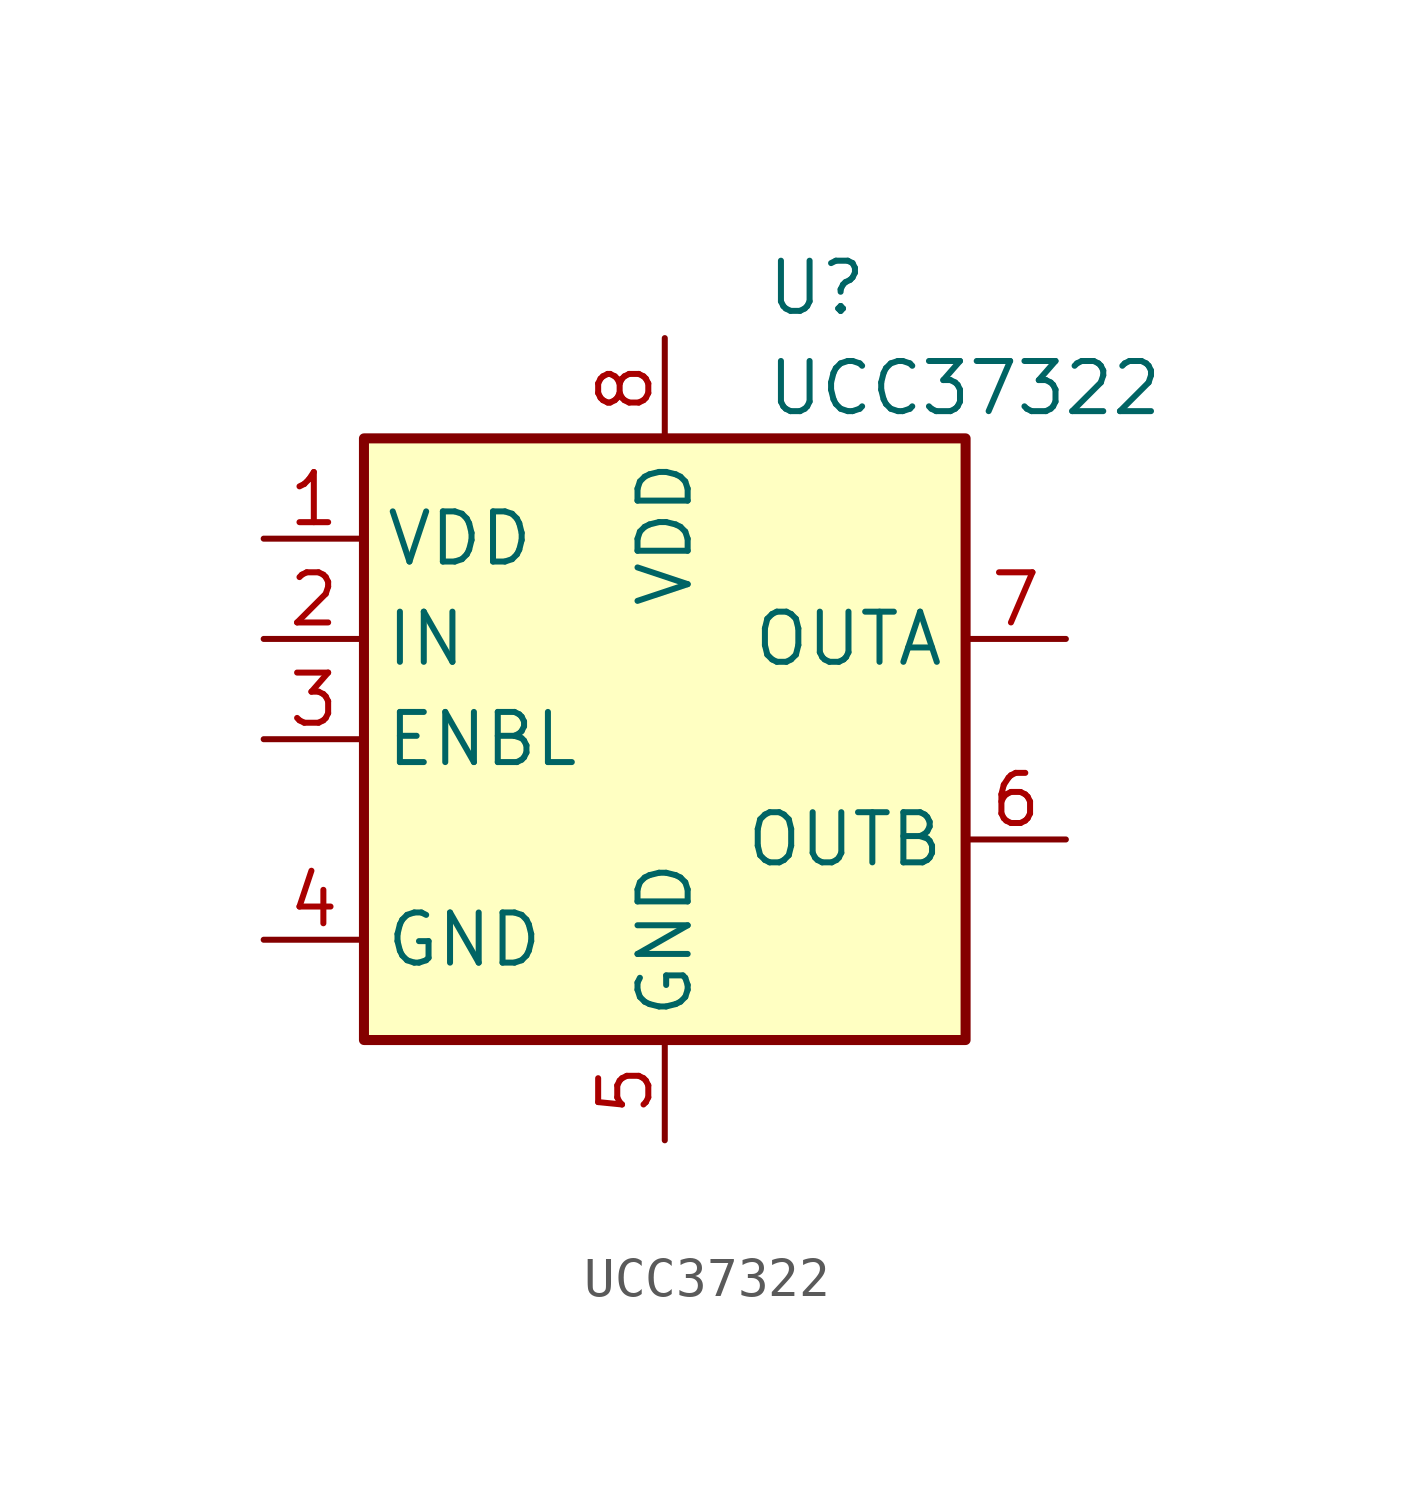
<source format=kicad_sym>
(kicad_symbol_lib
  (version 20220914)
  (generator kicad_symbol_editor)
  (symbol "UCC37322"
    (property "Reference" "U"
      (at 2.54 11.43 0)
      (effects (font (size 1.27 1.27)) (justify left)))
    (property "Value" "UCC37322"
      (at 2.54 8.89 0)
      (effects (font (size 1.27 1.27)) (justify left)))
    (symbol "UCC37322_0_1"
      (rectangle (start -7.62 -7.62) (end 7.62 7.62) (stroke (width 0.254) (type solid)) (fill (type background))))
    (symbol "UCC37322_1_1"
      (pin passive line (at -10.16 5.08 0) (length 2.54) (name "VDD" (effects (font (size 1.27 1.27)))) (number "1" (effects (font (size 1.27 1.27)))))
      (pin input line (at -10.16 2.54 0) (length 2.54) (name "IN" (effects (font (size 1.27 1.27)))) (number "2" (effects (font (size 1.27 1.27)))))
      (pin input line (at -10.16 0 0) (length 2.54) (name "ENBL" (effects (font (size 1.27 1.27)))) (number "3" (effects (font (size 1.27 1.27)))))
      (pin power_in line (at -10.16 -5.08 0) (length 2.54) (name "GND" (effects (font (size 1.27 1.27)))) (number "4" (effects (font (size 1.27 1.27)))))
      (pin power_in line (at 0 -10.16 90) (length 2.54) (name "GND" (effects (font (size 1.27 1.27)))) (number "5" (effects (font (size 1.27 1.27)))))
      (pin output line (at 10.16 -2.54 180) (length 2.54) (name "OUTB" (effects (font (size 1.27 1.27)))) (number "6" (effects (font (size 1.27 1.27)))))
      (pin output line (at 10.16 2.54 180) (length 2.54) (name "OUTA" (effects (font (size 1.27 1.27)))) (number "7" (effects (font (size 1.27 1.27)))))
      (pin power_in line (at 0 10.16 270) (length 2.54) (name "VDD" (effects (font (size 1.27 1.27)))) (number "8" (effects (font (size 1.27 1.27))))))))
</source>
